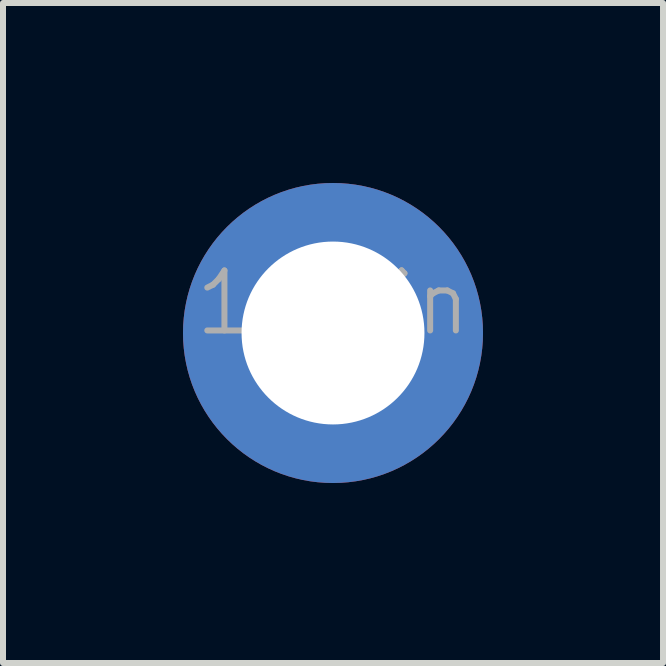
<source format=kicad_pcb>
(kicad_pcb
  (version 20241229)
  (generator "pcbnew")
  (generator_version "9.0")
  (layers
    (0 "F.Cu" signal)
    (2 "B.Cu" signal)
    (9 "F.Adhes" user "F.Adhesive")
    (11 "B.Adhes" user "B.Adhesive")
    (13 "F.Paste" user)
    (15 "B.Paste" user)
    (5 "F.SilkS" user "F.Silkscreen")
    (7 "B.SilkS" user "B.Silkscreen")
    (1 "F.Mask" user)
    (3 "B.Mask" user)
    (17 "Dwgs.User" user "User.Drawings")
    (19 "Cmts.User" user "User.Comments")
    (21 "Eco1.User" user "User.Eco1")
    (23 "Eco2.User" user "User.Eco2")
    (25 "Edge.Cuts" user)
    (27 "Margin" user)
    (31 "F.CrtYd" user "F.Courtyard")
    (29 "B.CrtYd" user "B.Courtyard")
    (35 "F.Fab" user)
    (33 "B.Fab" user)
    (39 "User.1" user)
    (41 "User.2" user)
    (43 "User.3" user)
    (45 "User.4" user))
  (footprint "1-Pin"
    (layer "F.Cu")
    (at 2.5 2.5)
    (property "Reference" "1-Pin" (at 0 -0.5 0) (unlocked yes) (layer "F.Fab") (effects (font (size 1 1) (thickness 0.1))))
    (attr smd)
    (pad "1" thru_hole circle (at 0 0) (size 5 5) (drill 3.048) (layers "*.Cu" "*.Mask")))
  (gr_rect
    (start -3 -3)
    (end 8 8)
    (stroke (width 0.1) (type default))
    (fill no)
    (layer "Edge.Cuts")))
</source>
